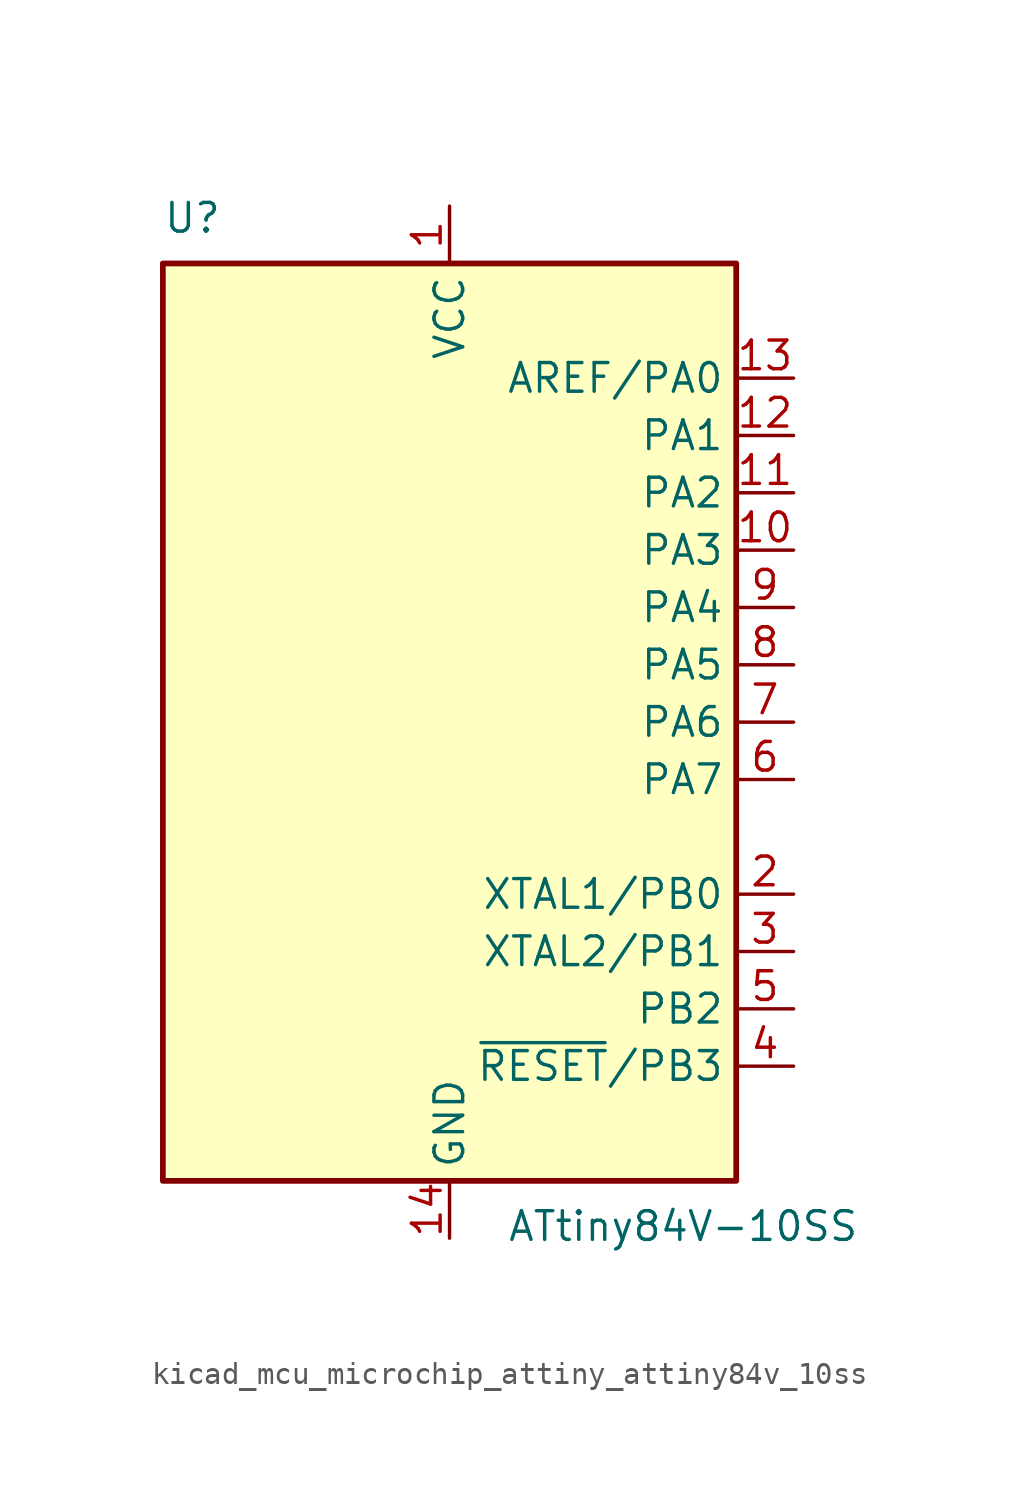
<source format=kicad_sym>
(kicad_symbol_lib
  (version 20220914)
  (generator kicad_symbol_editor)
  (symbol "kicad_mcu_microchip_attiny_attiny84v_10ss"
    (property "Reference" "U"
      (at -12.7 21.59 0)
      (effects (font (size 1.27 1.27)) (justify left bottom)))
    (property "Value" "ATtiny84V-10SS"
      (at 2.54 -21.59 0)
      (effects (font (size 1.27 1.27)) (justify left top)))
    (symbol "kicad_mcu_microchip_attiny_attiny84v_10ss_0_1"
      (rectangle (start -12.7 -20.32) (end 12.7 20.32) (stroke (width 0.254) (type default)) (fill (type background))))
    (symbol "kicad_mcu_microchip_attiny_attiny84v_10ss_1_1"
      (pin power_in line (at 0 22.86 270) (length 2.54) (name "VCC" (effects (font (size 1.27 1.27)))) (number "1" (effects (font (size 1.27 1.27)))))
      (pin bidirectional line (at 15.24 7.62 180) (length 2.54) (name "PA3" (effects (font (size 1.27 1.27)))) (number "10" (effects (font (size 1.27 1.27)))))
      (pin bidirectional line (at 15.24 10.16 180) (length 2.54) (name "PA2" (effects (font (size 1.27 1.27)))) (number "11" (effects (font (size 1.27 1.27)))))
      (pin bidirectional line (at 15.24 12.7 180) (length 2.54) (name "PA1" (effects (font (size 1.27 1.27)))) (number "12" (effects (font (size 1.27 1.27)))))
      (pin bidirectional line (at 15.24 15.24 180) (length 2.54) (name "AREF/PA0" (effects (font (size 1.27 1.27)))) (number "13" (effects (font (size 1.27 1.27)))))
      (pin power_in line (at 0 -22.86 90) (length 2.54) (name "GND" (effects (font (size 1.27 1.27)))) (number "14" (effects (font (size 1.27 1.27)))))
      (pin bidirectional line (at 15.24 -7.62 180) (length 2.54) (name "XTAL1/PB0" (effects (font (size 1.27 1.27)))) (number "2" (effects (font (size 1.27 1.27)))))
      (pin bidirectional line (at 15.24 -10.16 180) (length 2.54) (name "XTAL2/PB1" (effects (font (size 1.27 1.27)))) (number "3" (effects (font (size 1.27 1.27)))))
      (pin bidirectional line (at 15.24 -15.24 180) (length 2.54) (name "~{RESET}/PB3" (effects (font (size 1.27 1.27)))) (number "4" (effects (font (size 1.27 1.27)))))
      (pin bidirectional line (at 15.24 -12.7 180) (length 2.54) (name "PB2" (effects (font (size 1.27 1.27)))) (number "5" (effects (font (size 1.27 1.27)))))
      (pin bidirectional line (at 15.24 -2.54 180) (length 2.54) (name "PA7" (effects (font (size 1.27 1.27)))) (number "6" (effects (font (size 1.27 1.27)))))
      (pin bidirectional line (at 15.24 0 180) (length 2.54) (name "PA6" (effects (font (size 1.27 1.27)))) (number "7" (effects (font (size 1.27 1.27)))))
      (pin bidirectional line (at 15.24 2.54 180) (length 2.54) (name "PA5" (effects (font (size 1.27 1.27)))) (number "8" (effects (font (size 1.27 1.27)))))
      (pin bidirectional line (at 15.24 5.08 180) (length 2.54) (name "PA4" (effects (font (size 1.27 1.27)))) (number "9" (effects (font (size 1.27 1.27))))))))
</source>
